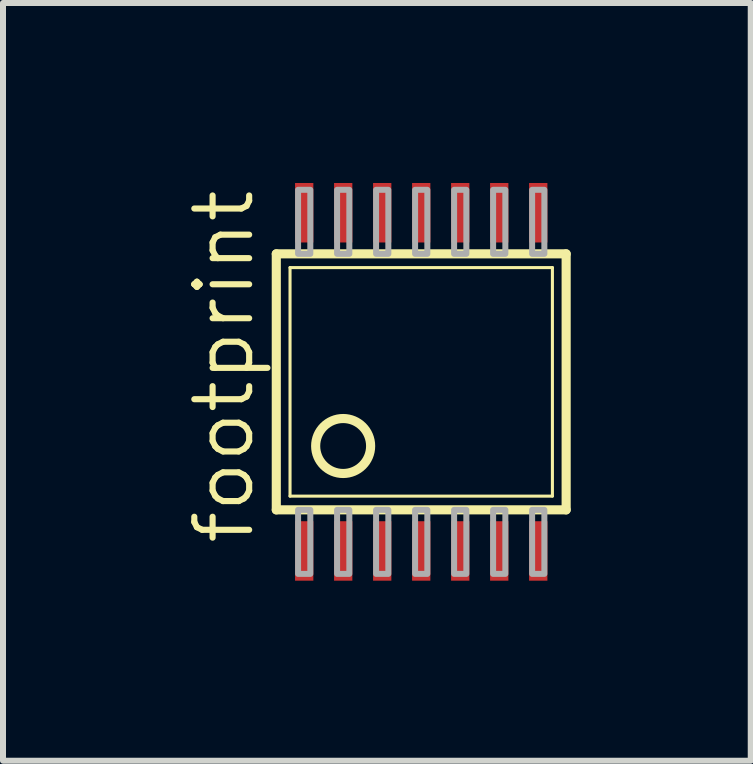
<source format=kicad_pcb>
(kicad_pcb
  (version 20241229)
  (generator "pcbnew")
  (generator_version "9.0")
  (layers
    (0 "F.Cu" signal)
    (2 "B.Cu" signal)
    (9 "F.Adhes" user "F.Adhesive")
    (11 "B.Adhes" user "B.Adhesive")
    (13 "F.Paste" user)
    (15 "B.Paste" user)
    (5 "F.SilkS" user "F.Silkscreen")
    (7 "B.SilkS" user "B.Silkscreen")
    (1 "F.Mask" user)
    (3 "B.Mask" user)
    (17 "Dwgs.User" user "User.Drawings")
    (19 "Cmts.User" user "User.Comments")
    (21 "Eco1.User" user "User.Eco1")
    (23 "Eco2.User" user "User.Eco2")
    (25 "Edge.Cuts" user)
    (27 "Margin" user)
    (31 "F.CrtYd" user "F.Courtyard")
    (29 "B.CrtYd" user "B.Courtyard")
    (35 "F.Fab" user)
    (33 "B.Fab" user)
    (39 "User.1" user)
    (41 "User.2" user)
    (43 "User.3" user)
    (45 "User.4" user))
  (footprint "footprint"
    (layer "F.Cu")
    (at 3.969 3.313)
    (property "Reference" "footprint" (at -2.75 2.75 90) (layer "F.SilkS") (effects (font (size 0.914 0.914) (thickness 0.102)) (justify left bottom)))
    (fp_line (start -2.415 2.133) (end -2.415 -2.133) (stroke (width 0.152) (type solid)) (layer "F.SilkS"))
    (fp_line (start -2.415 2.133) (end 2.415 2.133) (stroke (width 0.152) (type solid)) (layer "F.SilkS"))
    (fp_line (start -2.186 1.904) (end -2.186 -1.904) (stroke (width 0.051) (type solid)) (layer "F.SilkS"))
    (fp_line (start -2.186 1.904) (end 2.186 1.904) (stroke (width 0.051) (type solid)) (layer "F.SilkS"))
    (fp_line (start 2.186 -1.904) (end -2.186 -1.904) (stroke (width 0.051) (type solid)) (layer "F.SilkS"))
    (fp_line (start 2.186 -1.904) (end 2.186 1.904) (stroke (width 0.051) (type solid)) (layer "F.SilkS"))
    (fp_line (start 2.415 -2.133) (end -2.415 -2.133) (stroke (width 0.152) (type solid)) (layer "F.SilkS"))
    (fp_line (start 2.415 -2.133) (end 2.415 2.133) (stroke (width 0.152) (type solid)) (layer "F.SilkS"))
    (fp_circle (center -1.301 1.069) (end -0.843 1.069) (stroke (width 0.152) (type solid)) (fill no) (layer "F.SilkS"))
    (fp_poly (pts (xy -2.052 3.2) (xy -1.848 3.2) (xy -1.848 2.133) (xy -2.052 2.133)) (stroke (width 0.1) (type solid)) (fill no) (layer "F.Fab"))
    (fp_poly (pts (xy -1.848 -3.2) (xy -2.052 -3.2) (xy -2.052 -2.133) (xy -1.848 -2.133)) (stroke (width 0.1) (type solid)) (fill no) (layer "F.Fab"))
    (fp_poly (pts (xy -1.402 3.2) (xy -1.198 3.2) (xy -1.198 2.133) (xy -1.402 2.133)) (stroke (width 0.1) (type solid)) (fill no) (layer "F.Fab"))
    (fp_poly (pts (xy -1.198 -3.2) (xy -1.402 -3.2) (xy -1.402 -2.133) (xy -1.198 -2.133)) (stroke (width 0.1) (type solid)) (fill no) (layer "F.Fab"))
    (fp_poly (pts (xy -0.752 3.2) (xy -0.548 3.2) (xy -0.548 2.133) (xy -0.752 2.133)) (stroke (width 0.1) (type solid)) (fill no) (layer "F.Fab"))
    (fp_poly (pts (xy -0.548 -3.2) (xy -0.752 -3.2) (xy -0.752 -2.133) (xy -0.548 -2.133)) (stroke (width 0.1) (type solid)) (fill no) (layer "F.Fab"))
    (fp_poly (pts (xy -0.102 3.2) (xy 0.102 3.2) (xy 0.102 2.133) (xy -0.102 2.133)) (stroke (width 0.1) (type solid)) (fill no) (layer "F.Fab"))
    (fp_poly (pts (xy 0.102 -3.2) (xy -0.102 -3.2) (xy -0.102 -2.133) (xy 0.102 -2.133)) (stroke (width 0.1) (type solid)) (fill no) (layer "F.Fab"))
    (fp_poly (pts (xy 0.548 3.2) (xy 0.752 3.2) (xy 0.752 2.133) (xy 0.548 2.133)) (stroke (width 0.1) (type solid)) (fill no) (layer "F.Fab"))
    (fp_poly (pts (xy 0.752 -3.2) (xy 0.548 -3.2) (xy 0.548 -2.133) (xy 0.752 -2.133)) (stroke (width 0.1) (type solid)) (fill no) (layer "F.Fab"))
    (fp_poly (pts (xy 1.198 3.2) (xy 1.402 3.2) (xy 1.402 2.133) (xy 1.198 2.133)) (stroke (width 0.1) (type solid)) (fill no) (layer "F.Fab"))
    (fp_poly (pts (xy 1.402 -3.2) (xy 1.198 -3.2) (xy 1.198 -2.133) (xy 1.402 -2.133)) (stroke (width 0.1) (type solid)) (fill no) (layer "F.Fab"))
    (fp_poly (pts (xy 1.848 3.2) (xy 2.052 3.2) (xy 2.052 2.133) (xy 1.848 2.133)) (stroke (width 0.1) (type solid)) (fill no) (layer "F.Fab"))
    (fp_poly (pts (xy 2.052 -3.2) (xy 1.848 -3.2) (xy 1.848 -2.133) (xy 2.052 -2.133)) (stroke (width 0.1) (type solid)) (fill no) (layer "F.Fab"))
    (pad "1" smd rect (at -1.95 2.818) (size 0.305 0.991) (layers "F.Cu" "F.Mask" "F.Paste"))
    (pad "2" smd rect (at -1.3 2.818) (size 0.305 0.991) (layers "F.Cu" "F.Mask" "F.Paste"))
    (pad "3" smd rect (at -0.65 2.818) (size 0.305 0.991) (layers "F.Cu" "F.Mask" "F.Paste"))
    (pad "4" smd rect (at 0 2.818) (size 0.305 0.991) (layers "F.Cu" "F.Mask" "F.Paste"))
    (pad "5" smd rect (at 0.65 2.818) (size 0.305 0.991) (layers "F.Cu" "F.Mask" "F.Paste"))
    (pad "6" smd rect (at 1.3 2.818) (size 0.305 0.991) (layers "F.Cu" "F.Mask" "F.Paste"))
    (pad "7" smd rect (at 1.95 2.818) (size 0.305 0.991) (layers "F.Cu" "F.Mask" "F.Paste"))
    (pad "8" smd rect (at 1.95 -2.818 180) (size 0.305 0.991) (layers "F.Cu" "F.Mask" "F.Paste"))
    (pad "9" smd rect (at 1.3 -2.818 180) (size 0.305 0.991) (layers "F.Cu" "F.Mask" "F.Paste"))
    (pad "10" smd rect (at 0.65 -2.818 180) (size 0.305 0.991) (layers "F.Cu" "F.Mask" "F.Paste"))
    (pad "11" smd rect (at 0 -2.818 180) (size 0.305 0.991) (layers "F.Cu" "F.Mask" "F.Paste"))
    (pad "12" smd rect (at -0.65 -2.818 180) (size 0.305 0.991) (layers "F.Cu" "F.Mask" "F.Paste"))
    (pad "13" smd rect (at -1.3 -2.818 180) (size 0.305 0.991) (layers "F.Cu" "F.Mask" "F.Paste"))
    (pad "14" smd rect (at -1.95 -2.818 180) (size 0.305 0.991) (layers "F.Cu" "F.Mask" "F.Paste")))
  (gr_rect
    (start -3 -3)
    (end 9.46 9.626)
    (stroke (width 0.1) (type default))
    (fill no)
    (layer "Edge.Cuts")))
</source>
